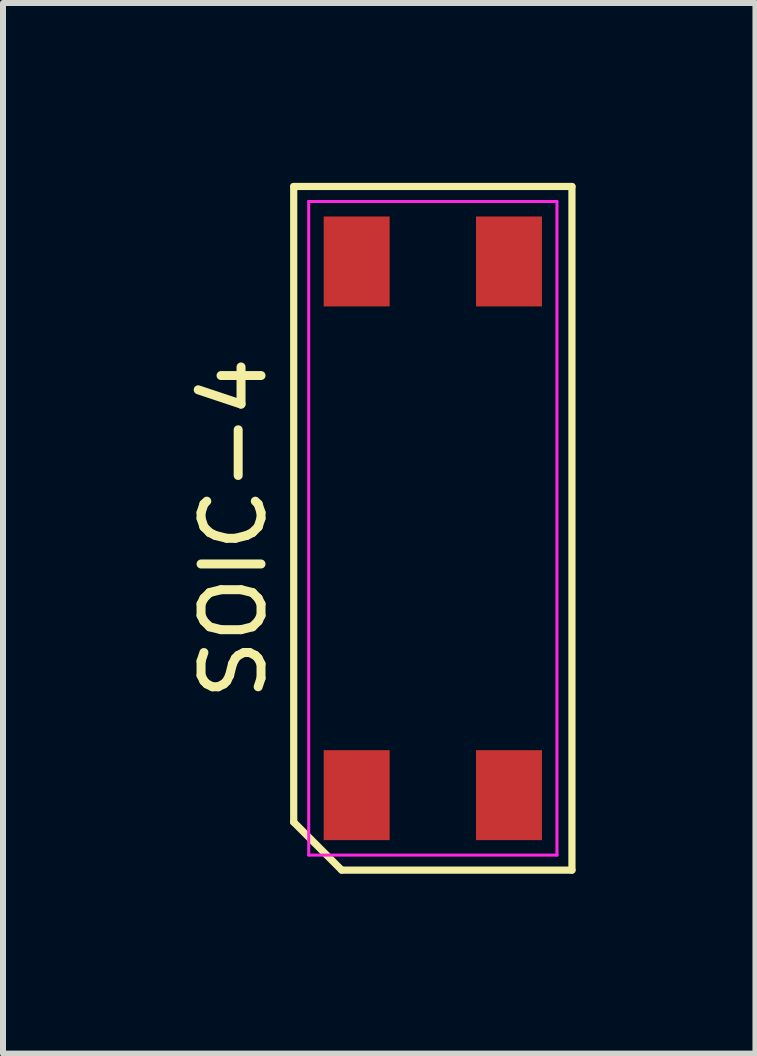
<source format=kicad_pcb>
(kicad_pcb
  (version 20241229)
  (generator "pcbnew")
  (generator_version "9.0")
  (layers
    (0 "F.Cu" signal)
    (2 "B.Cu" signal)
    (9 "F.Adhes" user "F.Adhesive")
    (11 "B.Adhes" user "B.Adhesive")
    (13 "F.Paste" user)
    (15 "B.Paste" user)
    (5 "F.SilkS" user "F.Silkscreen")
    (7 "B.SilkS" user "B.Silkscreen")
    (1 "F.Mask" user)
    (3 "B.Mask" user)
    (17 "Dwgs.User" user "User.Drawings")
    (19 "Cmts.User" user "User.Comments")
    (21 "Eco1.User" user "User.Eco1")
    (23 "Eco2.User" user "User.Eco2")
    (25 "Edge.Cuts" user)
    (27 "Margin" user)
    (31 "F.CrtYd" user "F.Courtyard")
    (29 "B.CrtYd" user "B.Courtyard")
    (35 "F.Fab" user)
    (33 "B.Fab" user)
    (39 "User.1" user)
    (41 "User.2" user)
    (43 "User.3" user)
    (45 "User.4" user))
  (footprint "SOIC-4"
    (layer "F.Cu")
    (at 4.168 5.76)
    (property "Reference" "SOIC-4" (at -3.32 0 90) (layer "F.SilkS") (effects (font (size 1 1) (thickness 0.15))))
    (attr smd)
    (fp_line (start -2.32 -5.7) (end 2.32 -5.7) (stroke (width 0.12) (type solid)) (layer "F.SilkS"))
    (fp_line (start -2.32 4.9) (end -2.32 -5.7) (stroke (width 0.12) (type solid)) (layer "F.SilkS"))
    (fp_line (start -1.52 5.7) (end -2.32 4.9) (stroke (width 0.12) (type solid)) (layer "F.SilkS"))
    (fp_line (start 2.32 -5.7) (end 2.32 5.7) (stroke (width 0.12) (type solid)) (layer "F.SilkS"))
    (fp_line (start 2.32 5.7) (end -1.52 5.7) (stroke (width 0.12) (type solid)) (layer "F.SilkS"))
    (fp_line (start -2.07 -5.45) (end 2.07 -5.45) (stroke (width 0.05) (type solid)) (layer "F.CrtYd"))
    (fp_line (start -2.07 5.45) (end -2.07 -5.45) (stroke (width 0.05) (type solid)) (layer "F.CrtYd"))
    (fp_line (start 2.07 -5.45) (end 2.07 5.45) (stroke (width 0.05) (type solid)) (layer "F.CrtYd"))
    (fp_line (start 2.07 5.45) (end -2.07 5.45) (stroke (width 0.05) (type solid)) (layer "F.CrtYd"))
    (pad "1" smd rect (at -1.27 4.45) (size 1.1 1.5) (layers "F.Cu" "F.Mask" "F.Paste"))
    (pad "2" smd rect (at 1.27 4.45) (size 1.1 1.5) (layers "F.Cu" "F.Mask" "F.Paste"))
    (pad "3" smd rect (at 1.27 -4.45) (size 1.1 1.5) (layers "F.Cu" "F.Mask" "F.Paste"))
    (pad "4" smd rect (at -1.27 -4.45) (size 1.1 1.5) (layers "F.Cu" "F.Mask" "F.Paste")))
  (gr_rect
    (start -3 -3)
    (end 9.548 14.52)
    (stroke (width 0.1) (type default))
    (fill no)
    (layer "Edge.Cuts")))
</source>
